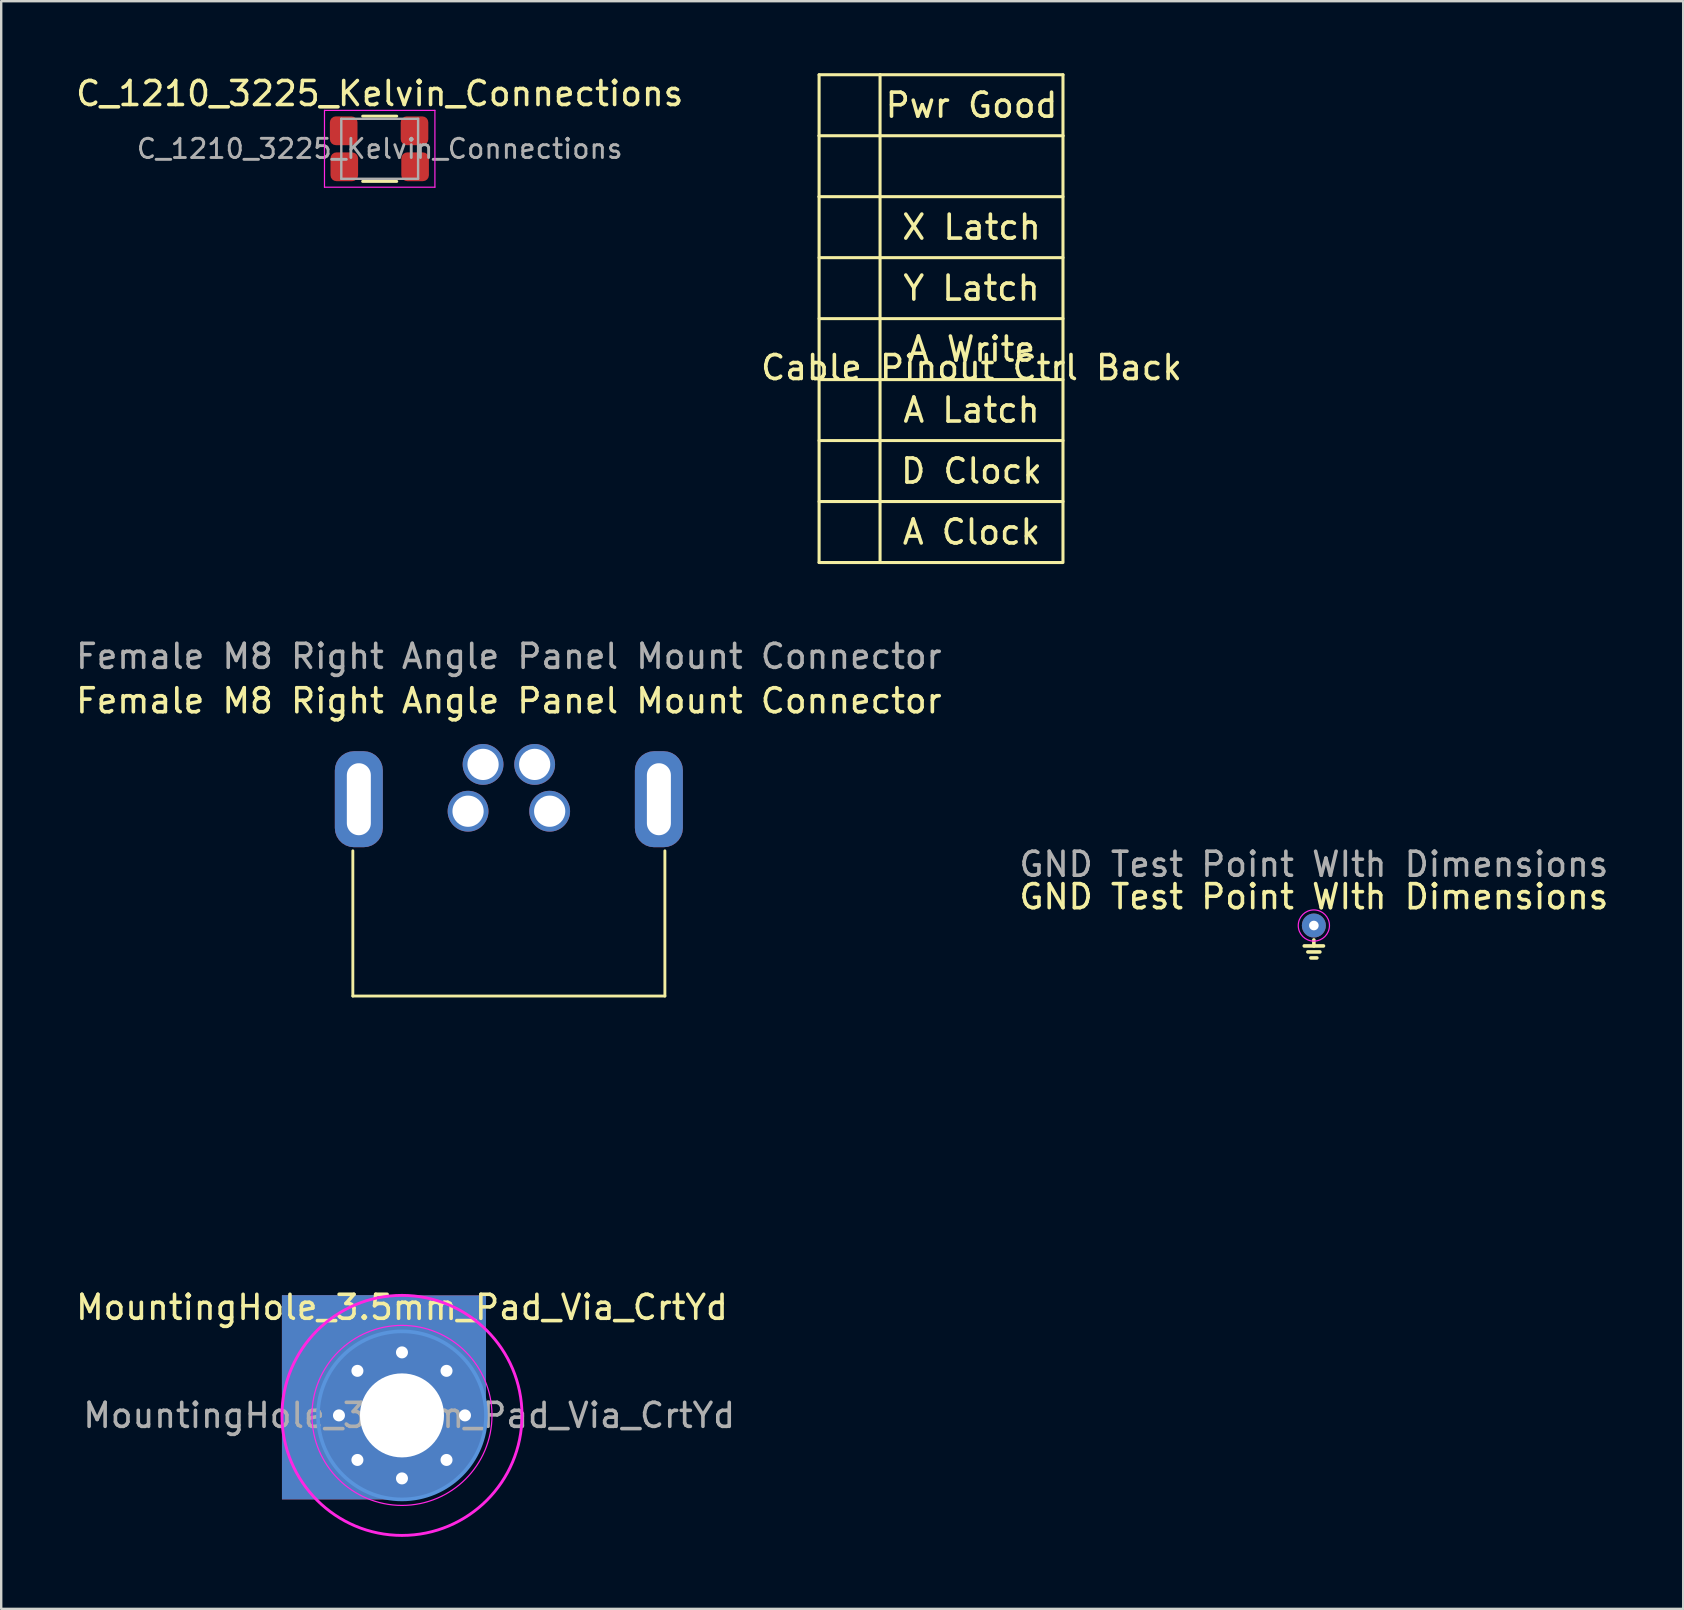
<source format=kicad_pcb>
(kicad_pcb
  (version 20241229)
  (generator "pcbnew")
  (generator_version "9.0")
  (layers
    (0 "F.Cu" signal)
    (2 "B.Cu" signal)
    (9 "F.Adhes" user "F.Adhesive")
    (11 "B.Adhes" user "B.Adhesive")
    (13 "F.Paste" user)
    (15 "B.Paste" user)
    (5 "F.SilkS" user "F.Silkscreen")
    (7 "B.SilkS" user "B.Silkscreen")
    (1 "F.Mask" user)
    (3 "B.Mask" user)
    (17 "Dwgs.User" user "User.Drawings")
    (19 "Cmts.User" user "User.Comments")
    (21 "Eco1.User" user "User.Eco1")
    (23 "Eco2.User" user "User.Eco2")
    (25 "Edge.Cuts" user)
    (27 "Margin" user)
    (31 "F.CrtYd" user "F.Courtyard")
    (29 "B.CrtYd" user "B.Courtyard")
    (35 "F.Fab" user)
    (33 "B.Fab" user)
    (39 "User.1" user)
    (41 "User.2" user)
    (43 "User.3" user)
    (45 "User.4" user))
  (footprint "MountingHole_3.5mm_Pad_Via_CrtYd"
    (layer "F.Cu")
    (at 13.696 55.915)
    (property "Reference" "MountingHole_3.5mm_Pad_Via_CrtYd" (at 0 -4.5 0) (layer "F.SilkS") (effects (font (size 1 1) (thickness 0.15))))
    (attr exclude_from_pos_files exclude_from_bom)
    (fp_circle (center 0 0) (end 3.5 0) (stroke (width 0.15) (type solid)) (fill no) (layer "Cmts.User"))
    (fp_circle (center 0 0) (end 3.75 0) (stroke (width 0.05) (type solid)) (fill no) (layer "F.CrtYd"))
    (fp_circle (center 0 0) (end 5 0) (stroke (width 0.12) (type solid)) (fill no) (layer "F.CrtYd"))
    (fp_text user "${REFERENCE}" (at 0.3 0 0) (layer "F.Fab") (effects (font (size 1 1) (thickness 0.15))))
    (pad "1" thru_hole circle (at -2.625 0) (size 0.8 0.8) (drill 0.5) (layers "*.Cu" "*.Mask"))
    (pad "1" connect rect (at -2.5 -0.75) (size 5 8.5) (layers "F.Cu" "F.Mask"))
    (pad "1" thru_hole circle (at -1.856 -1.856) (size 0.8 0.8) (drill 0.5) (layers "*.Cu" "*.Mask"))
    (pad "1" thru_hole circle (at -1.856 1.856) (size 0.8 0.8) (drill 0.5) (layers "*.Cu" "*.Mask"))
    (pad "1" connect rect (at -0.75 -2.5 90) (size 5 8.5) (layers "F.Cu" "F.Mask"))
    (pad "1" connect rect (at -0.75 -2.5 90) (size 5 8.5) (layers "B.Cu" "B.Mask"))
    (pad "1" thru_hole circle (at 0 -2.625) (size 0.8 0.8) (drill 0.5) (layers "*.Cu" "*.Mask"))
    (pad "1" thru_hole circle (at 0 0) (size 7 7) (drill 3.5) (layers "*.Cu" "*.Mask"))
    (pad "1" thru_hole circle (at 0 2.625) (size 0.8 0.8) (drill 0.5) (layers "*.Cu" "*.Mask"))
    (pad "1" thru_hole circle (at 1.856 -1.856) (size 0.8 0.8) (drill 0.5) (layers "*.Cu" "*.Mask"))
    (pad "1" thru_hole circle (at 1.856 1.856) (size 0.8 0.8) (drill 0.5) (layers "*.Cu" "*.Mask"))
    (pad "1" thru_hole circle (at 2.625 0) (size 0.8 0.8) (drill 0.5) (layers "*.Cu" "*.Mask"))
    (pad "2" connect rect (at -2.5 -0.75) (size 5 8.5) (layers "B.Cu" "B.Mask")))
  (footprint "Female M8 Right Angle Panel Mount Connector"
    (layer "F.Cu")
    (at 18.149 30.245)
    (property "Reference" "Female M8 Right Angle Panel Mount Connector" (at 0 -4.1 0) (unlocked yes) (layer "F.SilkS") (effects (font (size 1 1) (thickness 0.15))))
    (attr smd)
    (fp_line (start -6.5 2.15) (end -6.5 8.2) (stroke (width 0.12) (type default)) (layer "F.SilkS"))
    (fp_line (start -6.5 8.2) (end 6.5 8.2) (stroke (width 0.12) (type default)) (layer "F.SilkS"))
    (fp_line (start 6.5 8.2) (end 6.5 2.15) (stroke (width 0.12) (type default)) (layer "F.SilkS"))
    (fp_text user "${REFERENCE}" (at 0 -5.95 0) (unlocked yes) (layer "F.Fab") (effects (font (size 1 1) (thickness 0.15))))
    (pad "1" thru_hole circle (at 1.7 0.5) (size 1.7 1.7) (drill 1.3) (layers "*.Cu" "*.Mask"))
    (pad "2" thru_hole circle (at 1.075 -1.45) (size 1.7 1.7) (drill 1.3) (layers "*.Cu" "*.Mask"))
    (pad "3" thru_hole circle (at -1.7 0.5) (size 1.7 1.7) (drill 1.3) (layers "*.Cu" "*.Mask"))
    (pad "4" thru_hole circle (at -1.075 -1.45) (size 1.7 1.7) (drill 1.3) (layers "*.Cu" "*.Mask"))
    (pad "5" thru_hole roundrect (at -6.25 0) (size 2 4) (drill oval 1 3) (layers "*.Cu" "*.Mask") (roundrect_rratio 0.4))
    (pad "5" thru_hole roundrect (at 6.25 0) (size 2 4) (drill oval 1 3) (layers "*.Cu" "*.Mask") (roundrect_rratio 0.4)))
  (footprint "GND Test Point WIth Dimensions"
    (layer "F.Cu")
    (at 51.685 35.507)
    (property "Reference" "GND Test Point WIth Dimensions" (at 0 -1.2 0) (unlocked yes) (layer "F.SilkS") (effects (font (size 1 1) (thickness 0.15))))
    (fp_line (start -0.4 0.85) (end 0.4 0.85) (stroke (width 0.15) (type default)) (layer "F.SilkS"))
    (fp_line (start -0.25 1.1) (end 0.25 1.1) (stroke (width 0.15) (type default)) (layer "F.SilkS"))
    (fp_line (start -0.125 1.35) (end 0.125 1.35) (stroke (width 0.15) (type default)) (layer "F.SilkS"))
    (fp_line (start 0 0.6) (end 0 0.85) (stroke (width 0.15) (type default)) (layer "F.SilkS"))
    (fp_circle (center 0 0) (end 0.65 0) (stroke (width 0.05) (type default)) (fill no) (layer "F.CrtYd"))
    (fp_circle (center 0 0) (end 0 -12) (stroke (width 0.12) (type default)) (fill no) (layer "User.1"))
    (fp_circle (center 0 0) (end 0 -8) (stroke (width 0.12) (type default)) (fill no) (layer "User.1"))
    (fp_circle (center 0 0) (end 0 -4) (stroke (width 0.12) (type default)) (fill no) (layer "User.1"))
    (fp_text user "${REFERENCE}" (at 0 -2.55 0) (unlocked yes) (layer "F.Fab") (effects (font (size 1 1) (thickness 0.15))))
    (pad "1" thru_hole circle (at 0 0) (size 1 1) (drill 0.4) (property pad_prop_testpoint) (layers "*.Cu" "*.Mask")))
  (footprint "Cable Pinout Ctrl Back"
    (layer "F.Cu")
    (at 37.423 12.764)
    (property "Reference" "Cable Pinout Ctrl Back" (at 0 -0.5 0) (unlocked yes) (layer "F.SilkS") (effects (font (size 1 1) (thickness 0.15))))
    (attr smd)
    (fp_line (start -6.35 -12.7) (end -3.81 -12.7) (stroke (width 0.127) (type default)) (layer "F.SilkS"))
    (fp_line (start -6.35 -10.16) (end -6.35 -12.7) (stroke (width 0.127) (type default)) (layer "F.SilkS"))
    (fp_line (start -6.35 -10.16) (end -6.35 -7.62) (stroke (width 0.127) (type default)) (layer "F.SilkS"))
    (fp_line (start -6.35 -7.62) (end -6.35 7.62) (stroke (width 0.127) (type default)) (layer "F.SilkS"))
    (fp_line (start -6.35 -5.08) (end -3.81 -5.08) (stroke (width 0.127) (type default)) (layer "F.SilkS"))
    (fp_line (start -6.35 -2.54) (end -3.81 -2.54) (stroke (width 0.127) (type default)) (layer "F.SilkS"))
    (fp_line (start -6.35 0) (end -3.81 0) (stroke (width 0.127) (type default)) (layer "F.SilkS"))
    (fp_line (start -6.35 2.54) (end -3.81 2.54) (stroke (width 0.127) (type default)) (layer "F.SilkS"))
    (fp_line (start -6.35 5.08) (end -3.81 5.08) (stroke (width 0.127) (type default)) (layer "F.SilkS"))
    (fp_line (start -6.35 7.62) (end -3.81 7.62) (stroke (width 0.127) (type default)) (layer "F.SilkS"))
    (fp_line (start -3.81 -12.7) (end -3.81 -10.16) (stroke (width 0.127) (type default)) (layer "F.SilkS"))
    (fp_line (start -3.81 -12.7) (end 3.81 -12.7) (stroke (width 0.127) (type default)) (layer "F.SilkS"))
    (fp_line (start -3.81 -10.16) (end -6.35 -10.16) (stroke (width 0.127) (type default)) (layer "F.SilkS"))
    (fp_line (start -3.81 -10.16) (end -3.81 -7.62) (stroke (width 0.127) (type default)) (layer "F.SilkS"))
    (fp_line (start -3.81 -7.62) (end -6.35 -7.62) (stroke (width 0.127) (type default)) (layer "F.SilkS"))
    (fp_line (start -3.81 -5.08) (end 3.81 -5.08) (stroke (width 0.127) (type default)) (layer "F.SilkS"))
    (fp_line (start -3.81 -2.54) (end 3.81 -2.54) (stroke (width 0.127) (type default)) (layer "F.SilkS"))
    (fp_line (start -3.81 0) (end 3.81 0) (stroke (width 0.127) (type default)) (layer "F.SilkS"))
    (fp_line (start -3.81 2.54) (end 3.81 2.54) (stroke (width 0.127) (type default)) (layer "F.SilkS"))
    (fp_line (start -3.81 5.08) (end 3.81 5.08) (stroke (width 0.127) (type default)) (layer "F.SilkS"))
    (fp_line (start 3.81 -12.7) (end 3.81 -10.16) (stroke (width 0.127) (type default)) (layer "F.SilkS"))
    (fp_line (start 3.81 -10.16) (end -3.81 -10.16) (stroke (width 0.127) (type default)) (layer "F.SilkS"))
    (fp_line (start 3.81 -7.62) (end 3.81 -10.16) (stroke (width 0.127) (type default)) (layer "F.SilkS"))
    (fp_rect (start -3.81 -7.62) (end 3.81 7.62) (stroke (width 0.127) (type default)) (fill no) (layer "F.SilkS"))
    (fp_text user "A Clock" (at 0 6.35 0) (unlocked yes) (layer "F.SilkS") (effects (font (size 1 1) (thickness 0.15))))
    (fp_text user "A Write" (at 0 -1.27 0) (unlocked yes) (layer "F.SilkS") (effects (font (size 1 1) (thickness 0.15))))
    (fp_text user "Pwr Good" (at 0 -11.43 0) (unlocked yes) (layer "F.SilkS") (effects (font (size 1 1) (thickness 0.15))))
    (fp_text user "A Latch" (at 0 1.27 0) (unlocked yes) (layer "F.SilkS") (effects (font (size 1 1) (thickness 0.15))))
    (fp_text user "X Latch" (at 0 -6.35 0) (unlocked yes) (layer "F.SilkS") (effects (font (size 1 1) (thickness 0.15))))
    (fp_text user "D Clock" (at 0 3.81 0) (unlocked yes) (layer "F.SilkS") (effects (font (size 1 1) (thickness 0.15))))
    (fp_text user "Y Latch" (at 0 -3.81 0) (unlocked yes) (layer "F.SilkS") (effects (font (size 1 1) (thickness 0.15)))))
  (footprint "C_1210_3225_Kelvin_Connections"
    (layer "F.Cu")
    (at 12.768 3.148)
    (property "Reference" "C_1210_3225_Kelvin_Connections" (at 0 -2.3 0) (layer "F.SilkS") (effects (font (size 1 1) (thickness 0.15))))
    (attr smd)
    (fp_line (start -0.711 -1.36) (end 0.711 -1.36) (stroke (width 0.12) (type solid)) (layer "F.SilkS"))
    (fp_line (start -0.711 1.36) (end 0.711 1.36) (stroke (width 0.12) (type solid)) (layer "F.SilkS"))
    (fp_line (start -2.3 -1.6) (end 2.3 -1.6) (stroke (width 0.05) (type solid)) (layer "F.CrtYd"))
    (fp_line (start -2.3 1.6) (end -2.3 -1.6) (stroke (width 0.05) (type solid)) (layer "F.CrtYd"))
    (fp_line (start 2.3 -1.6) (end 2.3 1.6) (stroke (width 0.05) (type solid)) (layer "F.CrtYd"))
    (fp_line (start 2.3 1.6) (end -2.3 1.6) (stroke (width 0.05) (type solid)) (layer "F.CrtYd"))
    (fp_line (start -1.6 -1.25) (end 1.6 -1.25) (stroke (width 0.1) (type solid)) (layer "F.Fab"))
    (fp_line (start -1.6 1.25) (end -1.6 -1.25) (stroke (width 0.1) (type solid)) (layer "F.Fab"))
    (fp_line (start 1.6 -1.25) (end 1.6 1.25) (stroke (width 0.1) (type solid)) (layer "F.Fab"))
    (fp_line (start 1.6 1.25) (end -1.6 1.25) (stroke (width 0.1) (type solid)) (layer "F.Fab"))
    (fp_text user "${REFERENCE}" (at 0 0 0) (layer "F.Fab") (effects (font (size 0.8 0.8) (thickness 0.12))))
    (pad "1" smd roundrect (at -1.5 -0.75) (size 1.15 1.2) (layers "F.Cu" "F.Mask" "F.Paste") (roundrect_rratio 0.217))
    (pad "1" smd roundrect (at -1.475 0.75) (size 1.15 1.2) (layers "F.Cu" "F.Mask" "F.Paste") (roundrect_rratio 0.217))
    (pad "2" smd roundrect (at 1.45 -0.75) (size 1.15 1.2) (layers "F.Cu" "F.Mask" "F.Paste") (roundrect_rratio 0.217))
    (pad "2" smd roundrect (at 1.475 0.75) (size 1.15 1.2) (layers "F.Cu" "F.Mask" "F.Paste") (roundrect_rratio 0.217)))
  (gr_rect
    (start -3 -3)
    (end 67.071 63.975)
    (stroke (width 0.1) (type default))
    (fill no)
    (layer "Edge.Cuts")))
</source>
